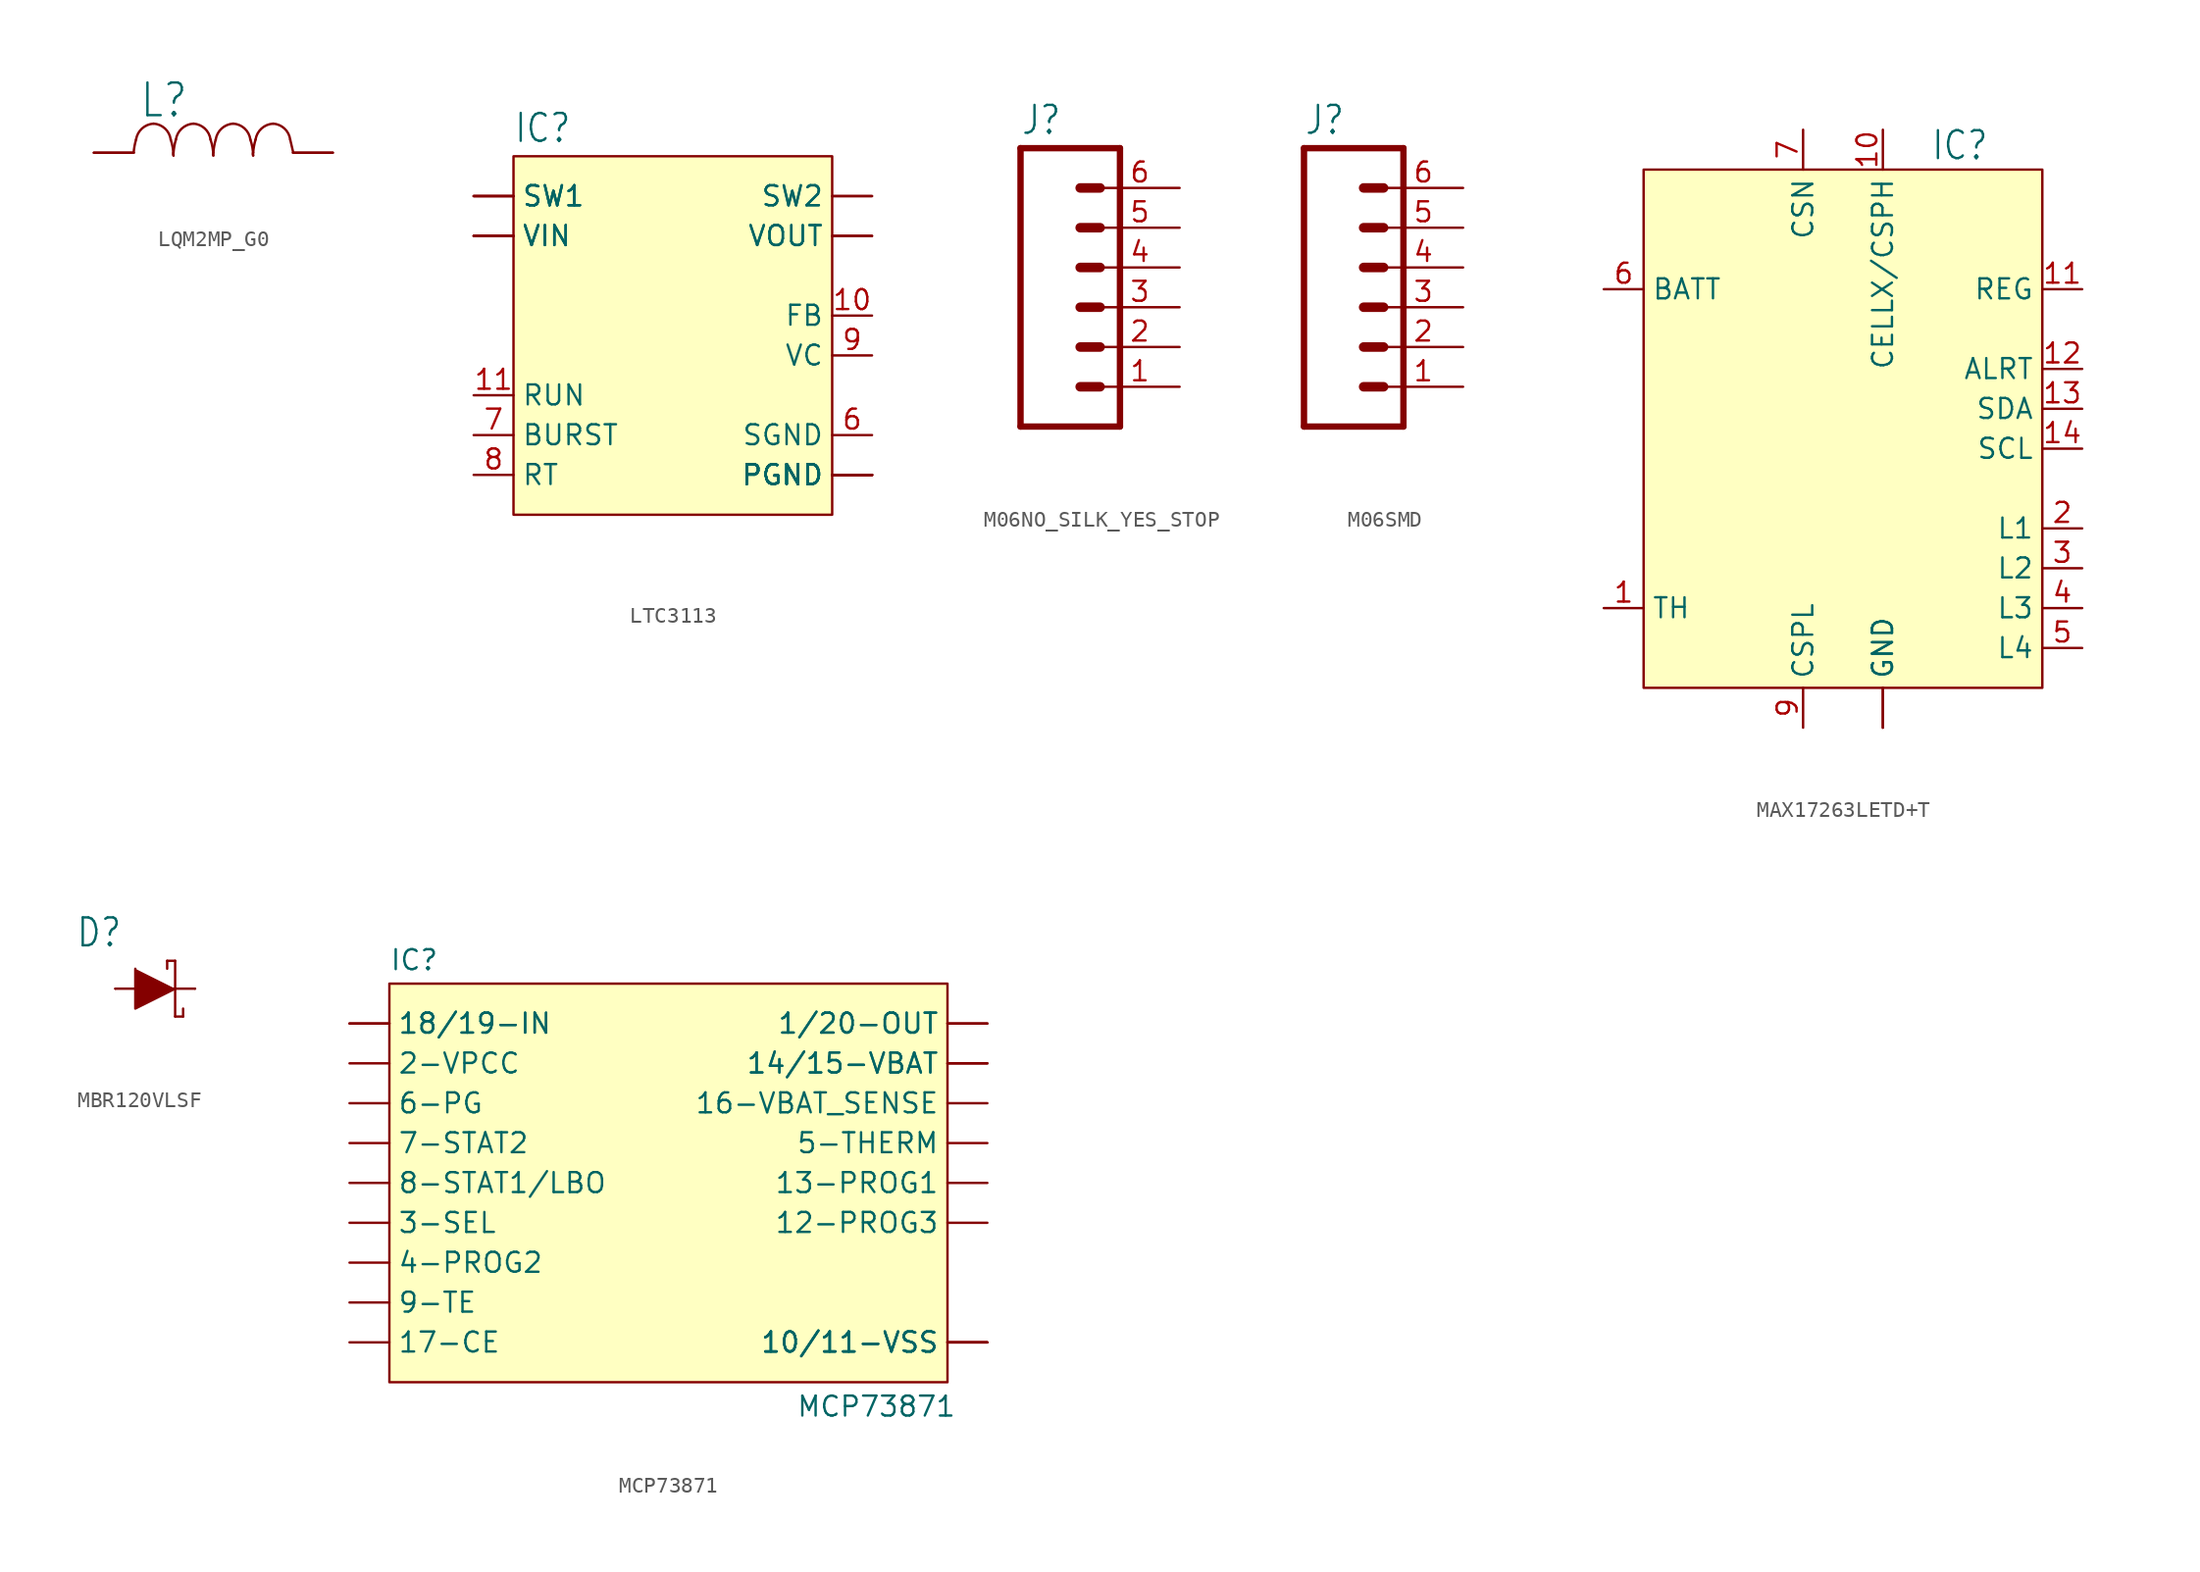
<source format=kicad_sym>
(kicad_symbol_lib
  (version 20241209)
  (generator "kicad_symbol_editor")
  (generator_version "9.0")
  (symbol "LQM2MP_G0"
    (property "Reference" "L"
      (at -4.724 2.134 0)
      (effects (font (size 2.083 1.77)) (justify left bottom)))
    (property "Value" ""
      (at -5.664 -3.581 0)
      (effects (font (size 2.083 1.77)) (justify left bottom)))
    (property "ki_locked" ""
      (at 0 0 0)
      (effects (font (size 1.27 1.27))))
    (symbol "LQM2MP_G0_1_0"
      (arc (start 4.9022 0.8382) (mid 4.9944 0.458) (end 5.08 0.0762) (stroke (width 0.1524) (type solid)) (fill (type none)))
      (polyline (pts (xy -7.62 0) (xy -5.08 0)) (stroke (width 0.152) (type solid)) (fill (type none)))
      (arc (start -2.7178 0.8382) (mid -2.5911 0.3368) (end -2.54 -0.1778) (stroke (width 0.1524) (type solid)) (fill (type none)))
      (arc (start -3.81 1.8542) (mid -3.0814 1.5423) (end -2.7177 0.8382) (stroke (width 0.1524) (type solid)) (fill (type none)))
      (arc (start -4.9276 0.8382) (mid -4.5486 1.5441) (end -3.8099 1.8542) (stroke (width 0.1524) (type solid)) (fill (type none)))
      (arc (start -0.1778 0.8382) (mid -0.0511 0.3368) (end 0 -0.1778) (stroke (width 0.1524) (type solid)) (fill (type none)))
      (arc (start -2.54 -0.1778) (mid -2.561 -0.0888) (end -2.54 0.0001) (stroke (width 0) (type solid)) (fill (type none)))
      (arc (start -1.27 1.8542) (mid -0.5414 1.5423) (end -0.1777 0.8382) (stroke (width 0.1524) (type solid)) (fill (type none)))
      (arc (start -2.3876 0.8382) (mid -2.0086 1.5441) (end -1.2699 1.8542) (stroke (width 0.1524) (type solid)) (fill (type none)))
      (arc (start -5.08 0) (mid -5.0258 0.4231) (end -4.9276 0.8382) (stroke (width 0.1524) (type solid)) (fill (type none)))
      (arc (start 2.3622 0.8382) (mid 2.4889 0.3368) (end 2.54 -0.1778) (stroke (width 0.1524) (type solid)) (fill (type none)))
      (arc (start 0 -0.1778) (mid -0.0208 -0.0889) (end 0 0) (stroke (width 0) (type solid)) (fill (type none)))
      (arc (start 1.27 1.8542) (mid 1.9985 1.5422) (end 2.3622 0.8381) (stroke (width 0.1524) (type solid)) (fill (type none)))
      (arc (start 0.1524 0.8382) (mid 0.5313 1.544) (end 1.27 1.8541) (stroke (width 0.1524) (type solid)) (fill (type none)))
      (arc (start -2.54 0) (mid -2.4858 0.4231) (end -2.3876 0.8382) (stroke (width 0.1524) (type solid)) (fill (type none)))
      (arc (start 2.54 -0.1778) (mid 2.5197 -0.089) (end 2.54 0) (stroke (width 0) (type solid)) (fill (type none)))
      (arc (start 3.81 1.8542) (mid 4.5385 1.5423) (end 4.9022 0.8381) (stroke (width 0.1524) (type solid)) (fill (type none)))
      (arc (start 2.6924 0.8382) (mid 3.0714 1.5438) (end 3.81 1.8541) (stroke (width 0.1524) (type solid)) (fill (type none)))
      (arc (start 0 0) (mid 0.0542 0.4231) (end 0.1524 0.8382) (stroke (width 0.1524) (type solid)) (fill (type none)))
      (polyline (pts (xy 5.08 0) (xy 7.62 0)) (stroke (width 0.152) (type solid)) (fill (type none)))
      (arc (start 2.54 0) (mid 2.5942 0.4231) (end 2.6924 0.8382) (stroke (width 0.1524) (type solid)) (fill (type none)))
      (pin passive line (at -7.62 0 0) (length 2.54) (name "1" (effects (font (size 0 0)))) (number "1" (effects (font (size 0 0)))))
      (pin passive line (at 7.62 0 180) (length 2.54) (name "2" (effects (font (size 0 0)))) (number "2" (effects (font (size 0 0)))))))
  (symbol "LTC3113"
    (property "Reference" "IC"
      (at -10.16 10.922 0)
      (effects (font (size 1.778 1.511)) (justify left bottom)))
    (property "Value" ""
      (at -10.16 -15.24 0)
      (effects (font (size 1.778 1.511)) (justify left bottom)))
    (property "ki_locked" ""
      (at 0 0 0)
      (effects (font (size 1.27 1.27))))
    (symbol "LTC3113_1_0"
      (pin bidirectional line (at -12.7 7.62 0) (length 2.54) (name "SW1" (effects (font (size 1.27 1.27)))) (number "12" (effects (font (size 0 0)))))
      (pin bidirectional line (at -12.7 7.62 0) (length 2.54) (name "SW1" (effects (font (size 1.27 1.27)))) (number "13" (effects (font (size 0 0)))))
      (pin bidirectional line (at -12.7 7.62 0) (length 2.54) (name "SW1" (effects (font (size 1.27 1.27)))) (number "14" (effects (font (size 0 0)))))
      (pin bidirectional line (at -12.7 5.08 0) (length 2.54) (name "VIN" (effects (font (size 1.27 1.27)))) (number "3" (effects (font (size 0 0)))))
      (pin bidirectional line (at -12.7 5.08 0) (length 2.54) (name "VIN" (effects (font (size 1.27 1.27)))) (number "4" (effects (font (size 0 0)))))
      (pin bidirectional line (at -12.7 5.08 0) (length 2.54) (name "VIN" (effects (font (size 1.27 1.27)))) (number "5" (effects (font (size 0 0)))))
      (pin bidirectional line (at -12.7 -5.08 0) (length 2.54) (name "RUN" (effects (font (size 1.27 1.27)))) (number "11" (effects (font (size 1.27 1.27)))))
      (pin bidirectional line (at -12.7 -7.62 0) (length 2.54) (name "BURST" (effects (font (size 1.27 1.27)))) (number "7" (effects (font (size 1.27 1.27)))))
      (pin bidirectional line (at -12.7 -10.16 0) (length 2.54) (name "RT" (effects (font (size 1.27 1.27)))) (number "8" (effects (font (size 1.27 1.27)))))
      (pin bidirectional line (at 12.7 7.62 180) (length 2.54) (name "SW2" (effects (font (size 1.27 1.27)))) (number "15" (effects (font (size 0 0)))))
      (pin bidirectional line (at 12.7 7.62 180) (length 2.54) (name "SW2" (effects (font (size 1.27 1.27)))) (number "16" (effects (font (size 0 0)))))
      (pin bidirectional line (at 12.7 5.08 180) (length 2.54) (name "VOUT" (effects (font (size 1.27 1.27)))) (number "1" (effects (font (size 0 0)))))
      (pin bidirectional line (at 12.7 5.08 180) (length 2.54) (name "VOUT" (effects (font (size 1.27 1.27)))) (number "2" (effects (font (size 0 0)))))
      (pin bidirectional line (at 12.7 0 180) (length 2.54) (name "FB" (effects (font (size 1.27 1.27)))) (number "10" (effects (font (size 1.27 1.27)))))
      (pin bidirectional line (at 12.7 -2.54 180) (length 2.54) (name "VC" (effects (font (size 1.27 1.27)))) (number "9" (effects (font (size 1.27 1.27)))))
      (pin bidirectional line (at 12.7 -7.62 180) (length 2.54) (name "SGND" (effects (font (size 1.27 1.27)))) (number "6" (effects (font (size 1.27 1.27)))))
      (pin bidirectional line (at 12.7 -10.16 180) (length 2.54) (name "PGND" (effects (font (size 1.27 1.27)))) (number "17" (effects (font (size 0 0)))))
      (pin bidirectional line (at 12.7 -10.16 180) (length 2.54) (name "PGND" (effects (font (size 1.27 1.27)))) (number "P$1" (effects (font (size 0 0)))))
      (pin bidirectional line (at 12.7 -10.16 180) (length 2.54) (name "PGND" (effects (font (size 1.27 1.27)))) (number "P$2" (effects (font (size 0 0)))))
      (pin bidirectional line (at 12.7 -10.16 180) (length 2.54) (name "PGND" (effects (font (size 1.27 1.27)))) (number "P$3" (effects (font (size 0 0)))))
      (pin bidirectional line (at 12.7 -10.16 180) (length 2.54) (name "PGND" (effects (font (size 1.27 1.27)))) (number "P$4" (effects (font (size 0 0)))))
      (pin bidirectional line (at 12.7 -10.16 180) (length 2.54) (name "PGND" (effects (font (size 1.27 1.27)))) (number "P$5" (effects (font (size 0 0)))))
      (pin bidirectional line (at 12.7 -10.16 180) (length 2.54) (name "PGND" (effects (font (size 1.27 1.27)))) (number "P$6" (effects (font (size 0 0))))))
    (symbol "LTC3113_1_1"
      (rectangle (start -10.16 10.16) (end 10.16 -12.7) (stroke (width 0) (type solid)) (fill (type background)))))
  (symbol "M06NO_SILK_YES_STOP"
    (property "Reference" "J"
      (at -5.08 10.922 0)
      (effects (font (size 1.778 1.511)) (justify left bottom)))
    (property "Value" ""
      (at -5.08 -10.16 0)
      (effects (font (size 1.778 1.511)) (justify left bottom)))
    (property "ki_locked" ""
      (at 0 0 0)
      (effects (font (size 1.27 1.27))))
    (symbol "M06NO_SILK_YES_STOP_1_0"
      (polyline (pts (xy -5.08 10.16) (xy -5.08 -7.62)) (stroke (width 0.406) (type solid)) (fill (type none)))
      (polyline (pts (xy -5.08 10.16) (xy 1.27 10.16)) (stroke (width 0.406) (type solid)) (fill (type none)))
      (polyline (pts (xy -1.27 7.62) (xy 0 7.62)) (stroke (width 0.61) (type solid)) (fill (type none)))
      (polyline (pts (xy -1.27 5.08) (xy 0 5.08)) (stroke (width 0.61) (type solid)) (fill (type none)))
      (polyline (pts (xy -1.27 2.54) (xy 0 2.54)) (stroke (width 0.61) (type solid)) (fill (type none)))
      (polyline (pts (xy -1.27 0) (xy 0 0)) (stroke (width 0.61) (type solid)) (fill (type none)))
      (polyline (pts (xy -1.27 -2.54) (xy 0 -2.54)) (stroke (width 0.61) (type solid)) (fill (type none)))
      (polyline (pts (xy -1.27 -5.08) (xy 0 -5.08)) (stroke (width 0.61) (type solid)) (fill (type none)))
      (polyline (pts (xy 1.27 -7.62) (xy -5.08 -7.62)) (stroke (width 0.406) (type solid)) (fill (type none)))
      (polyline (pts (xy 1.27 -7.62) (xy 1.27 10.16)) (stroke (width 0.406) (type solid)) (fill (type none)))
      (pin passive line (at 5.08 7.62 180) (length 5.08) (name "6" (effects (font (size 0 0)))) (number "6" (effects (font (size 1.27 1.27)))))
      (pin passive line (at 5.08 5.08 180) (length 5.08) (name "5" (effects (font (size 0 0)))) (number "5" (effects (font (size 1.27 1.27)))))
      (pin passive line (at 5.08 2.54 180) (length 5.08) (name "4" (effects (font (size 0 0)))) (number "4" (effects (font (size 1.27 1.27)))))
      (pin passive line (at 5.08 0 180) (length 5.08) (name "3" (effects (font (size 0 0)))) (number "3" (effects (font (size 1.27 1.27)))))
      (pin passive line (at 5.08 -2.54 180) (length 5.08) (name "2" (effects (font (size 0 0)))) (number "2" (effects (font (size 1.27 1.27)))))
      (pin passive line (at 5.08 -5.08 180) (length 5.08) (name "1" (effects (font (size 0 0)))) (number "1" (effects (font (size 1.27 1.27)))))))
  (symbol "M06SMD"
    (property "Reference" "J"
      (at -5.08 10.922 0)
      (effects (font (size 1.778 1.511)) (justify left bottom)))
    (property "Value" ""
      (at -5.08 -10.16 0)
      (effects (font (size 1.778 1.511)) (justify left bottom)))
    (property "ki_locked" ""
      (at 0 0 0)
      (effects (font (size 1.27 1.27))))
    (symbol "M06SMD_1_0"
      (polyline (pts (xy -5.08 10.16) (xy -5.08 -7.62)) (stroke (width 0.406) (type solid)) (fill (type none)))
      (polyline (pts (xy -5.08 10.16) (xy 1.27 10.16)) (stroke (width 0.406) (type solid)) (fill (type none)))
      (polyline (pts (xy -1.27 7.62) (xy 0 7.62)) (stroke (width 0.61) (type solid)) (fill (type none)))
      (polyline (pts (xy -1.27 5.08) (xy 0 5.08)) (stroke (width 0.61) (type solid)) (fill (type none)))
      (polyline (pts (xy -1.27 2.54) (xy 0 2.54)) (stroke (width 0.61) (type solid)) (fill (type none)))
      (polyline (pts (xy -1.27 0) (xy 0 0)) (stroke (width 0.61) (type solid)) (fill (type none)))
      (polyline (pts (xy -1.27 -2.54) (xy 0 -2.54)) (stroke (width 0.61) (type solid)) (fill (type none)))
      (polyline (pts (xy -1.27 -5.08) (xy 0 -5.08)) (stroke (width 0.61) (type solid)) (fill (type none)))
      (polyline (pts (xy 1.27 -7.62) (xy -5.08 -7.62)) (stroke (width 0.406) (type solid)) (fill (type none)))
      (polyline (pts (xy 1.27 -7.62) (xy 1.27 10.16)) (stroke (width 0.406) (type solid)) (fill (type none)))
      (pin passive line (at 5.08 7.62 180) (length 5.08) (name "6" (effects (font (size 0 0)))) (number "6" (effects (font (size 1.27 1.27)))))
      (pin passive line (at 5.08 5.08 180) (length 5.08) (name "5" (effects (font (size 0 0)))) (number "5" (effects (font (size 1.27 1.27)))))
      (pin passive line (at 5.08 2.54 180) (length 5.08) (name "4" (effects (font (size 0 0)))) (number "4" (effects (font (size 1.27 1.27)))))
      (pin passive line (at 5.08 0 180) (length 5.08) (name "3" (effects (font (size 0 0)))) (number "3" (effects (font (size 1.27 1.27)))))
      (pin passive line (at 5.08 -2.54 180) (length 5.08) (name "2" (effects (font (size 0 0)))) (number "2" (effects (font (size 1.27 1.27)))))
      (pin passive line (at 5.08 -5.08 180) (length 5.08) (name "1" (effects (font (size 0 0)))) (number "1" (effects (font (size 1.27 1.27)))))))
  (symbol "MAX17263LETD+T"
    (property "Reference" "IC"
      (at 5.588 15.748 0)
      (effects (font (size 1.778 1.511)) (justify left bottom)))
    (property "Value" ""
      (at 5.08 -20.32 0)
      (effects (font (size 1.778 1.511)) (justify left bottom)))
    (property "ki_locked" ""
      (at 0 0 0)
      (effects (font (size 1.27 1.27))))
    (symbol "MAX17263LETD+T_1_0"
      (pin bidirectional line (at -15.24 7.62 0) (length 2.54) (name "BATT" (effects (font (size 1.27 1.27)))) (number "6" (effects (font (size 1.27 1.27)))))
      (pin bidirectional line (at -15.24 -12.7 0) (length 2.54) (name "TH" (effects (font (size 1.27 1.27)))) (number "1" (effects (font (size 1.27 1.27)))))
      (pin bidirectional line (at -2.54 17.78 270) (length 2.54) (name "CSN" (effects (font (size 1.27 1.27)))) (number "7" (effects (font (size 1.27 1.27)))))
      (pin bidirectional line (at -2.54 -20.32 90) (length 2.54) (name "CSPL" (effects (font (size 1.27 1.27)))) (number "9" (effects (font (size 1.27 1.27)))))
      (pin bidirectional line (at 2.54 17.78 270) (length 2.54) (name "CELLX/CSPH" (effects (font (size 1.27 1.27)))) (number "10" (effects (font (size 1.27 1.27)))))
      (pin bidirectional line (at 2.54 -20.32 90) (length 2.54) (name "GND" (effects (font (size 1.27 1.27)))) (number "15" (effects (font (size 0 0)))))
      (pin bidirectional line (at 2.54 -20.32 90) (length 2.54) (name "GND" (effects (font (size 1.27 1.27)))) (number "8" (effects (font (size 0 0)))))
      (pin bidirectional line (at 15.24 7.62 180) (length 2.54) (name "REG" (effects (font (size 1.27 1.27)))) (number "11" (effects (font (size 1.27 1.27)))))
      (pin bidirectional line (at 15.24 2.54 180) (length 2.54) (name "ALRT" (effects (font (size 1.27 1.27)))) (number "12" (effects (font (size 1.27 1.27)))))
      (pin bidirectional line (at 15.24 0 180) (length 2.54) (name "SDA" (effects (font (size 1.27 1.27)))) (number "13" (effects (font (size 1.27 1.27)))))
      (pin bidirectional line (at 15.24 -2.54 180) (length 2.54) (name "SCL" (effects (font (size 1.27 1.27)))) (number "14" (effects (font (size 1.27 1.27)))))
      (pin bidirectional line (at 15.24 -7.62 180) (length 2.54) (name "L1" (effects (font (size 1.27 1.27)))) (number "2" (effects (font (size 1.27 1.27)))))
      (pin bidirectional line (at 15.24 -10.16 180) (length 2.54) (name "L2" (effects (font (size 1.27 1.27)))) (number "3" (effects (font (size 1.27 1.27)))))
      (pin bidirectional line (at 15.24 -12.7 180) (length 2.54) (name "L3" (effects (font (size 1.27 1.27)))) (number "4" (effects (font (size 1.27 1.27)))))
      (pin bidirectional line (at 15.24 -15.24 180) (length 2.54) (name "L4" (effects (font (size 1.27 1.27)))) (number "5" (effects (font (size 1.27 1.27))))))
    (symbol "MAX17263LETD+T_1_1"
      (rectangle (start -12.7 15.24) (end 12.7 -17.78) (stroke (width 0) (type solid)) (fill (type background)))))
  (symbol "MBR120VLSF"
    (property "Reference" "D"
      (at -5.08 2.54 0)
      (effects (font (size 1.778 1.511)) (justify left bottom)))
    (property "Value" ""
      (at -5.08 -5.08 0)
      (effects (font (size 1.778 1.511)) (justify left bottom)))
    (property "ki_locked" ""
      (at 0 0 0)
      (effects (font (size 1.27 1.27))))
    (symbol "MBR120VLSF_1_0"
      (polyline (pts (xy -2.54 0) (xy 1.27 0)) (stroke (width 0.152) (type solid)) (fill (type none)))
      (polyline (pts (xy -1.27 1.27) (xy -1.27 -1.27) (xy 1.27 0)) (stroke (width 0.152) (type solid)) (fill (type outline)))
      (polyline (pts (xy 0.762 1.778) (xy 0.762 1.27)) (stroke (width 0.152) (type solid)) (fill (type none)))
      (polyline (pts (xy 1.27 1.778) (xy 0.762 1.778)) (stroke (width 0.152) (type solid)) (fill (type none)))
      (polyline (pts (xy 1.27 0) (xy 1.27 1.778)) (stroke (width 0.152) (type solid)) (fill (type none)))
      (polyline (pts (xy 1.27 0) (xy 1.27 -1.778)) (stroke (width 0.152) (type solid)) (fill (type none)))
      (polyline (pts (xy 1.27 0) (xy 2.54 0)) (stroke (width 0.152) (type solid)) (fill (type none)))
      (polyline (pts (xy 1.27 -1.778) (xy 1.778 -1.778)) (stroke (width 0.152) (type solid)) (fill (type none)))
      (polyline (pts (xy 1.778 -1.778) (xy 1.778 -1.27)) (stroke (width 0.152) (type solid)) (fill (type none)))
      (pin bidirectional line (at -2.54 0 0) (length 0) (name "A" (effects (font (size 0 0)))) (number "A" (effects (font (size 0 0)))))
      (pin bidirectional line (at 2.54 0 0) (length 0) (name "K" (effects (font (size 0 0)))) (number "K" (effects (font (size 0 0)))))))
  (symbol "MCP73871"
    (property "Reference" "IC"
      (at -17.78 13.462 0)
      (effects (font (size 1.27 1.27)) (justify left bottom)))
    (property "Value" "MCP73871"
      (at 8.128 -14.986 0)
      (effects (font (size 1.27 1.27)) (justify left bottom)))
    (symbol "MCP73871_1_0"
      (pin bidirectional line (at -20.32 10.16 0) (length 2.54) (name "18/19-IN" (effects (font (size 1.27 1.27)))) (number "18" (effects (font (size 0 0)))))
      (pin bidirectional line (at -20.32 10.16 0) (length 2.54) (name "18/19-IN" (effects (font (size 1.27 1.27)))) (number "19" (effects (font (size 0 0)))))
      (pin bidirectional line (at -20.32 7.62 0) (length 2.54) (name "2-VPCC" (effects (font (size 1.27 1.27)))) (number "2" (effects (font (size 0 0)))))
      (pin bidirectional line (at -20.32 5.08 0) (length 2.54) (name "6-PG" (effects (font (size 1.27 1.27)))) (number "6" (effects (font (size 0 0)))))
      (pin bidirectional line (at -20.32 2.54 0) (length 2.54) (name "7-STAT2" (effects (font (size 1.27 1.27)))) (number "7" (effects (font (size 0 0)))))
      (pin bidirectional line (at -20.32 0 0) (length 2.54) (name "8-STAT1/LBO" (effects (font (size 1.27 1.27)))) (number "8" (effects (font (size 0 0)))))
      (pin bidirectional line (at -20.32 -2.54 0) (length 2.54) (name "3-SEL" (effects (font (size 1.27 1.27)))) (number "3" (effects (font (size 0 0)))))
      (pin bidirectional line (at -20.32 -5.08 0) (length 2.54) (name "4-PROG2" (effects (font (size 1.27 1.27)))) (number "4" (effects (font (size 0 0)))))
      (pin bidirectional line (at -20.32 -7.62 0) (length 2.54) (name "9-TE" (effects (font (size 1.27 1.27)))) (number "9" (effects (font (size 0 0)))))
      (pin bidirectional line (at -20.32 -10.16 0) (length 2.54) (name "17-CE" (effects (font (size 1.27 1.27)))) (number "17" (effects (font (size 0 0)))))
      (pin bidirectional line (at 20.32 10.16 180) (length 2.54) (name "1/20-OUT" (effects (font (size 1.27 1.27)))) (number "1" (effects (font (size 0 0)))))
      (pin bidirectional line (at 20.32 10.16 180) (length 2.54) (name "1/20-OUT" (effects (font (size 1.27 1.27)))) (number "20" (effects (font (size 0 0)))))
      (pin bidirectional line (at 20.32 7.62 180) (length 2.54) (name "14/15-VBAT" (effects (font (size 1.27 1.27)))) (number "14" (effects (font (size 0 0)))))
      (pin bidirectional line (at 20.32 7.62 180) (length 2.54) (name "14/15-VBAT" (effects (font (size 1.27 1.27)))) (number "15" (effects (font (size 0 0)))))
      (pin bidirectional line (at 20.32 5.08 180) (length 2.54) (name "16-VBAT_SENSE" (effects (font (size 1.27 1.27)))) (number "16" (effects (font (size 0 0)))))
      (pin bidirectional line (at 20.32 2.54 180) (length 2.54) (name "5-THERM" (effects (font (size 1.27 1.27)))) (number "5" (effects (font (size 0 0)))))
      (pin bidirectional line (at 20.32 0 180) (length 2.54) (name "13-PROG1" (effects (font (size 1.27 1.27)))) (number "13" (effects (font (size 0 0)))))
      (pin bidirectional line (at 20.32 -2.54 180) (length 2.54) (name "12-PROG3" (effects (font (size 1.27 1.27)))) (number "12" (effects (font (size 0 0)))))
      (pin bidirectional line (at 20.32 -10.16 180) (length 2.54) (name "10/11-VSS" (effects (font (size 1.27 1.27)))) (number "10" (effects (font (size 0 0)))))
      (pin bidirectional line (at 20.32 -10.16 180) (length 2.54) (name "10/11-VSS" (effects (font (size 1.27 1.27)))) (number "11" (effects (font (size 0 0)))))
      (pin bidirectional line (at 20.32 -10.16 180) (length 2.54) (name "10/11-VSS" (effects (font (size 1.27 1.27)))) (number "EP" (effects (font (size 0 0))))))
    (symbol "MCP73871_1_1"
      (rectangle (start -17.78 12.7) (end 17.78 -12.7) (stroke (width 0) (type solid)) (fill (type background))))))
</source>
